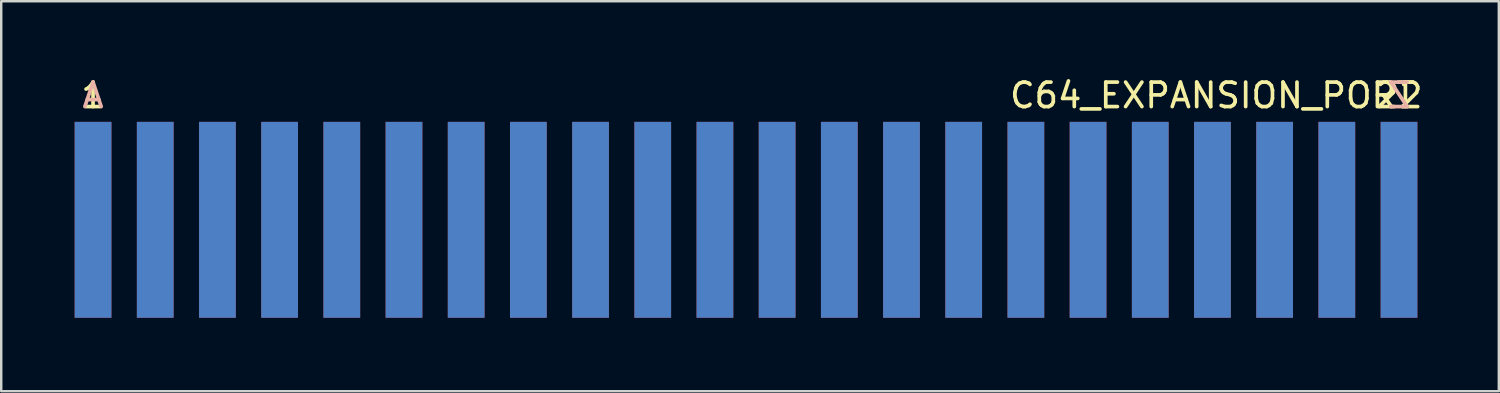
<source format=kicad_pcb>
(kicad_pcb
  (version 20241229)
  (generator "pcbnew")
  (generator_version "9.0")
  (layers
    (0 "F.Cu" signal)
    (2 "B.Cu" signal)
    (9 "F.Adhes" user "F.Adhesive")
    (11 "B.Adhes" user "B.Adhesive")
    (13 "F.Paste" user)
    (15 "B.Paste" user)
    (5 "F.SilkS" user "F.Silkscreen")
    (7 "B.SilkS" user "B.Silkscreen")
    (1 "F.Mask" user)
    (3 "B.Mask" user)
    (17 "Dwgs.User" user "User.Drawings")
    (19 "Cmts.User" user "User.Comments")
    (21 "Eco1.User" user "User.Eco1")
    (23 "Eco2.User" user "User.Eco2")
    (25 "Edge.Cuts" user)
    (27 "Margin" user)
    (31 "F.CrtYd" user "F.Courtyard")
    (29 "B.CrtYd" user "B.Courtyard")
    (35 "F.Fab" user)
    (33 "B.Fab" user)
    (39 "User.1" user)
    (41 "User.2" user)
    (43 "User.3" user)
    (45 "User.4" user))
  (footprint "C64_EXPANSION_PORT"
    (layer "F.Cu")
    (at 28.69 5.928)
    (property "Reference" "C64_EXPANSION_PORT" (at 17.78 -5.08 0) (layer "F.SilkS") (effects (font (size 1 1) (thickness 0.15))))
    (attr through_hole)
    (fp_text user "1" (at -27.94 -5.08 0) (layer "F.SilkS") (effects (font (size 1 1) (thickness 0.15))))
    (fp_text user "22" (at 25.4 -5.08 0) (layer "F.SilkS") (effects (font (size 1 1) (thickness 0.15))))
    (fp_text user "A" (at -27.94 -5.08 0) (layer "B.SilkS") (effects (font (size 1 1) (thickness 0.15)) (justify mirror)))
    (fp_text user "Z" (at 25.4 -5.08 0) (layer "B.SilkS") (effects (font (size 1 1) (thickness 0.15)) (justify mirror)))
    (pad "1" connect rect (at -27.94 0) (size 1.5 8) (layers "F.Cu" "F.Mask"))
    (pad "2" connect rect (at -25.4 0) (size 1.5 8) (layers "F.Cu" "F.Mask"))
    (pad "3" connect rect (at -22.86 0) (size 1.5 8) (layers "F.Cu" "F.Mask"))
    (pad "4" connect rect (at -20.32 0) (size 1.5 8) (layers "F.Cu" "F.Mask"))
    (pad "5" connect rect (at -17.78 0) (size 1.5 8) (layers "F.Cu" "F.Mask"))
    (pad "6" connect rect (at -15.24 0) (size 1.5 8) (layers "F.Cu" "F.Mask"))
    (pad "7" connect rect (at -12.7 0) (size 1.5 8) (layers "F.Cu" "F.Mask"))
    (pad "8" connect rect (at -10.16 0) (size 1.5 8) (layers "F.Cu" "F.Mask"))
    (pad "9" connect rect (at -7.62 0) (size 1.5 8) (layers "F.Cu" "F.Mask"))
    (pad "10" connect rect (at -5.08 0) (size 1.5 8) (layers "F.Cu" "F.Mask"))
    (pad "11" connect rect (at -2.54 0) (size 1.5 8) (layers "F.Cu" "F.Mask"))
    (pad "12" connect rect (at 0 0) (size 1.5 8) (layers "F.Cu" "F.Mask"))
    (pad "13" connect rect (at 2.54 0) (size 1.5 8) (layers "F.Cu" "F.Mask"))
    (pad "14" connect rect (at 5.08 0) (size 1.5 8) (layers "F.Cu" "F.Mask"))
    (pad "15" connect rect (at 7.62 0) (size 1.5 8) (layers "F.Cu" "F.Mask"))
    (pad "16" connect rect (at 10.16 0) (size 1.5 8) (layers "F.Cu" "F.Mask"))
    (pad "17" connect rect (at 12.7 0) (size 1.5 8) (layers "F.Cu" "F.Mask"))
    (pad "18" connect rect (at 15.24 0) (size 1.5 8) (layers "F.Cu" "F.Mask"))
    (pad "19" connect rect (at 17.78 0) (size 1.5 8) (layers "F.Cu" "F.Mask"))
    (pad "20" connect rect (at 20.32 0) (size 1.5 8) (layers "F.Cu" "F.Mask"))
    (pad "21" connect rect (at 22.86 0) (size 1.5 8) (layers "F.Cu" "F.Mask"))
    (pad "22" connect rect (at 25.4 0) (size 1.5 8) (layers "F.Cu" "F.Mask"))
    (pad "A" connect rect (at -27.94 0) (size 1.5 8) (layers "F.Mask" "B.Cu"))
    (pad "B" connect rect (at -25.4 0) (size 1.5 8) (layers "F.Mask" "B.Cu"))
    (pad "C" connect rect (at -22.86 0) (size 1.5 8) (layers "F.Mask" "B.Cu"))
    (pad "D" connect rect (at -20.32 0) (size 1.5 8) (layers "F.Mask" "B.Cu"))
    (pad "E" connect rect (at -17.78 0) (size 1.5 8) (layers "F.Mask" "B.Cu"))
    (pad "F" connect rect (at -15.24 0) (size 1.5 8) (layers "F.Mask" "B.Cu"))
    (pad "H" connect rect (at -12.7 0) (size 1.5 8) (layers "F.Mask" "B.Cu"))
    (pad "J" connect rect (at -10.16 0) (size 1.5 8) (layers "F.Mask" "B.Cu"))
    (pad "K" connect rect (at -7.62 0) (size 1.5 8) (layers "F.Mask" "B.Cu"))
    (pad "L" connect rect (at -5.08 0) (size 1.5 8) (layers "F.Mask" "B.Cu"))
    (pad "M" connect rect (at -2.54 0) (size 1.5 8) (layers "F.Mask" "B.Cu"))
    (pad "N" connect rect (at 0 0) (size 1.5 8) (layers "F.Mask" "B.Cu"))
    (pad "P" connect rect (at 2.54 0) (size 1.5 8) (layers "F.Mask" "B.Cu"))
    (pad "R" connect rect (at 5.08 0) (size 1.5 8) (layers "F.Mask" "B.Cu"))
    (pad "S" connect rect (at 7.62 0) (size 1.5 8) (layers "F.Mask" "B.Cu"))
    (pad "T" connect rect (at 10.16 0) (size 1.5 8) (layers "F.Mask" "B.Cu"))
    (pad "U" connect rect (at 12.7 0) (size 1.5 8) (layers "F.Mask" "B.Cu"))
    (pad "V" connect rect (at 15.24 0) (size 1.5 8) (layers "F.Mask" "B.Cu"))
    (pad "W" connect rect (at 17.78 0) (size 1.5 8) (layers "F.Mask" "B.Cu"))
    (pad "X" connect rect (at 20.32 0) (size 1.5 8) (layers "F.Mask" "B.Cu"))
    (pad "Y" connect rect (at 22.86 0) (size 1.5 8) (layers "F.Mask" "B.Cu"))
    (pad "Z" connect rect (at 25.4 0) (size 1.5 8) (layers "F.Mask" "B.Cu")))
  (gr_rect
    (start -3 -3)
    (end 58.167 12.928)
    (stroke (width 0.1) (type default))
    (fill no)
    (layer "Edge.Cuts")))
</source>
